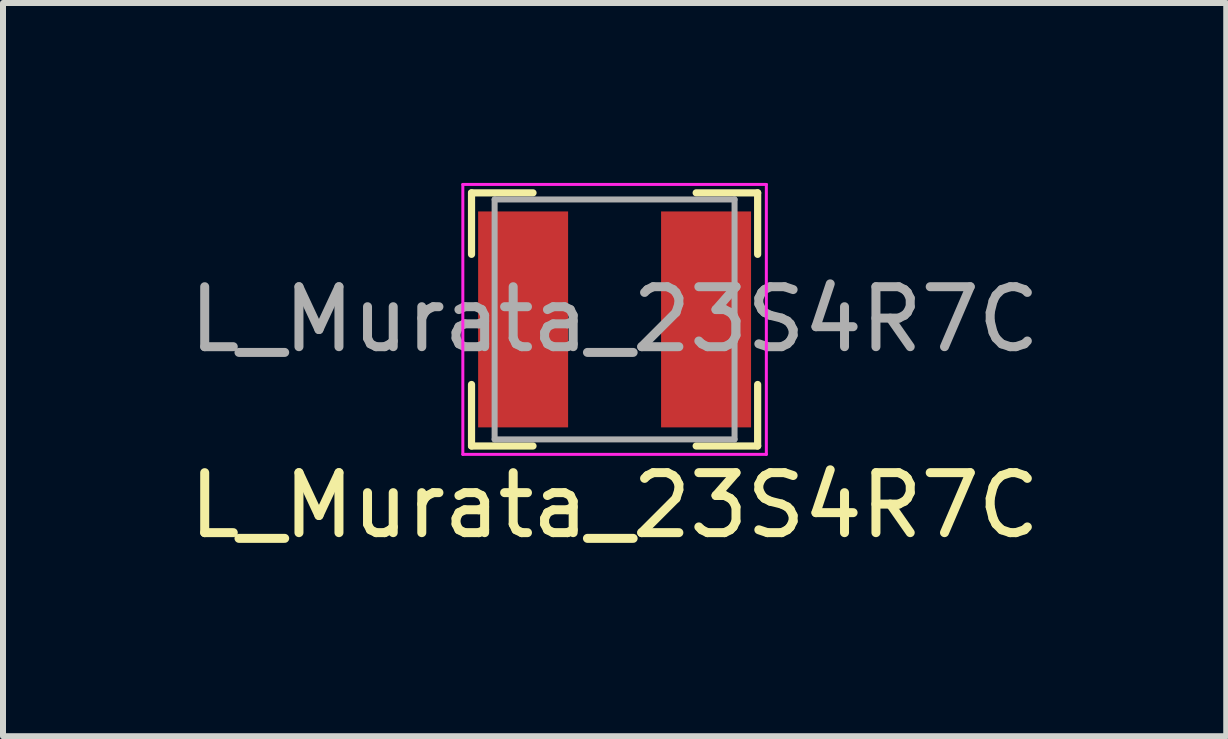
<source format=kicad_pcb>
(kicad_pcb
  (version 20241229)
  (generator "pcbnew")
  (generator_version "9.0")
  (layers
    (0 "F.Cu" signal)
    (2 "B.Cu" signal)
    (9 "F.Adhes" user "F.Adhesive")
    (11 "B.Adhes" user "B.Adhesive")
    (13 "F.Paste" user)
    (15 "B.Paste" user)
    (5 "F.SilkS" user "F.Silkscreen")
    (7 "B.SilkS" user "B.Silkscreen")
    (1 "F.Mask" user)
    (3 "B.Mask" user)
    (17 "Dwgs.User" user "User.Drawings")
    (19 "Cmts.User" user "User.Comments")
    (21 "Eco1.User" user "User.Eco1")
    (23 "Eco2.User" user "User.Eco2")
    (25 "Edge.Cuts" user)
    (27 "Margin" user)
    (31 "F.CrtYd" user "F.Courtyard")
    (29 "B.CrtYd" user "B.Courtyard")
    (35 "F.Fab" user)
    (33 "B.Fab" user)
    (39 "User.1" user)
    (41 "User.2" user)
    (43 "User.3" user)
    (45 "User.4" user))
  (footprint "L_Murata_23S4R7C"
    (layer "F.Cu")
    (at 7.196 2.275)
    (property "Reference" "L_Murata_23S4R7C" (at 0 3.1 0) (layer "F.SilkS") (effects (font (size 1 1) (thickness 0.15))))
    (attr smd)
    (fp_line (start -2.385 -2.11) (end -2.385 -1.085) (stroke (width 0.12) (type solid)) (layer "F.SilkS"))
    (fp_line (start -2.385 -2.11) (end -1.36 -2.11) (stroke (width 0.12) (type solid)) (layer "F.SilkS"))
    (fp_line (start -2.385 2.11) (end -2.385 1.085) (stroke (width 0.12) (type solid)) (layer "F.SilkS"))
    (fp_line (start -2.385 2.11) (end -1.36 2.11) (stroke (width 0.12) (type solid)) (layer "F.SilkS"))
    (fp_line (start 2.385 -2.11) (end 1.36 -2.11) (stroke (width 0.12) (type solid)) (layer "F.SilkS"))
    (fp_line (start 2.385 -2.11) (end 2.385 -1.085) (stroke (width 0.12) (type solid)) (layer "F.SilkS"))
    (fp_line (start 2.385 2.11) (end 1.36 2.11) (stroke (width 0.12) (type solid)) (layer "F.SilkS"))
    (fp_line (start 2.385 2.11) (end 2.385 1.085) (stroke (width 0.12) (type solid)) (layer "F.SilkS"))
    (fp_line (start -2.53 -2.25) (end -2.53 2.25) (stroke (width 0.05) (type solid)) (layer "F.CrtYd"))
    (fp_line (start -2.53 -2.25) (end 2.53 -2.25) (stroke (width 0.05) (type solid)) (layer "F.CrtYd"))
    (fp_line (start -2.53 2.25) (end 2.53 2.25) (stroke (width 0.05) (type solid)) (layer "F.CrtYd"))
    (fp_line (start 2.53 -2.25) (end 2.53 2.25) (stroke (width 0.05) (type solid)) (layer "F.CrtYd"))
    (fp_line (start -2 -2) (end -2 2) (stroke (width 0.1) (type solid)) (layer "F.Fab"))
    (fp_line (start -2 -2) (end 2 -2) (stroke (width 0.1) (type solid)) (layer "F.Fab"))
    (fp_line (start 2 -2) (end 2 2) (stroke (width 0.1) (type solid)) (layer "F.Fab"))
    (fp_line (start 2 2) (end -2 2) (stroke (width 0.1) (type solid)) (layer "F.Fab"))
    (fp_text user "${REFERENCE}" (at 0 0 0) (layer "F.Fab") (effects (font (size 1 1) (thickness 0.15))))
    (pad "1" smd rect (at -1.525 0) (size 1.5 3.6) (layers "F.Cu" "F.Mask" "F.Paste"))
    (pad "2" smd rect (at 1.525 0) (size 1.5 3.6) (layers "F.Cu" "F.Mask" "F.Paste")))
  (gr_rect
    (start -3 -3)
    (end 17.393 9.223)
    (stroke (width 0.1) (type default))
    (fill no)
    (layer "Edge.Cuts")))
</source>
